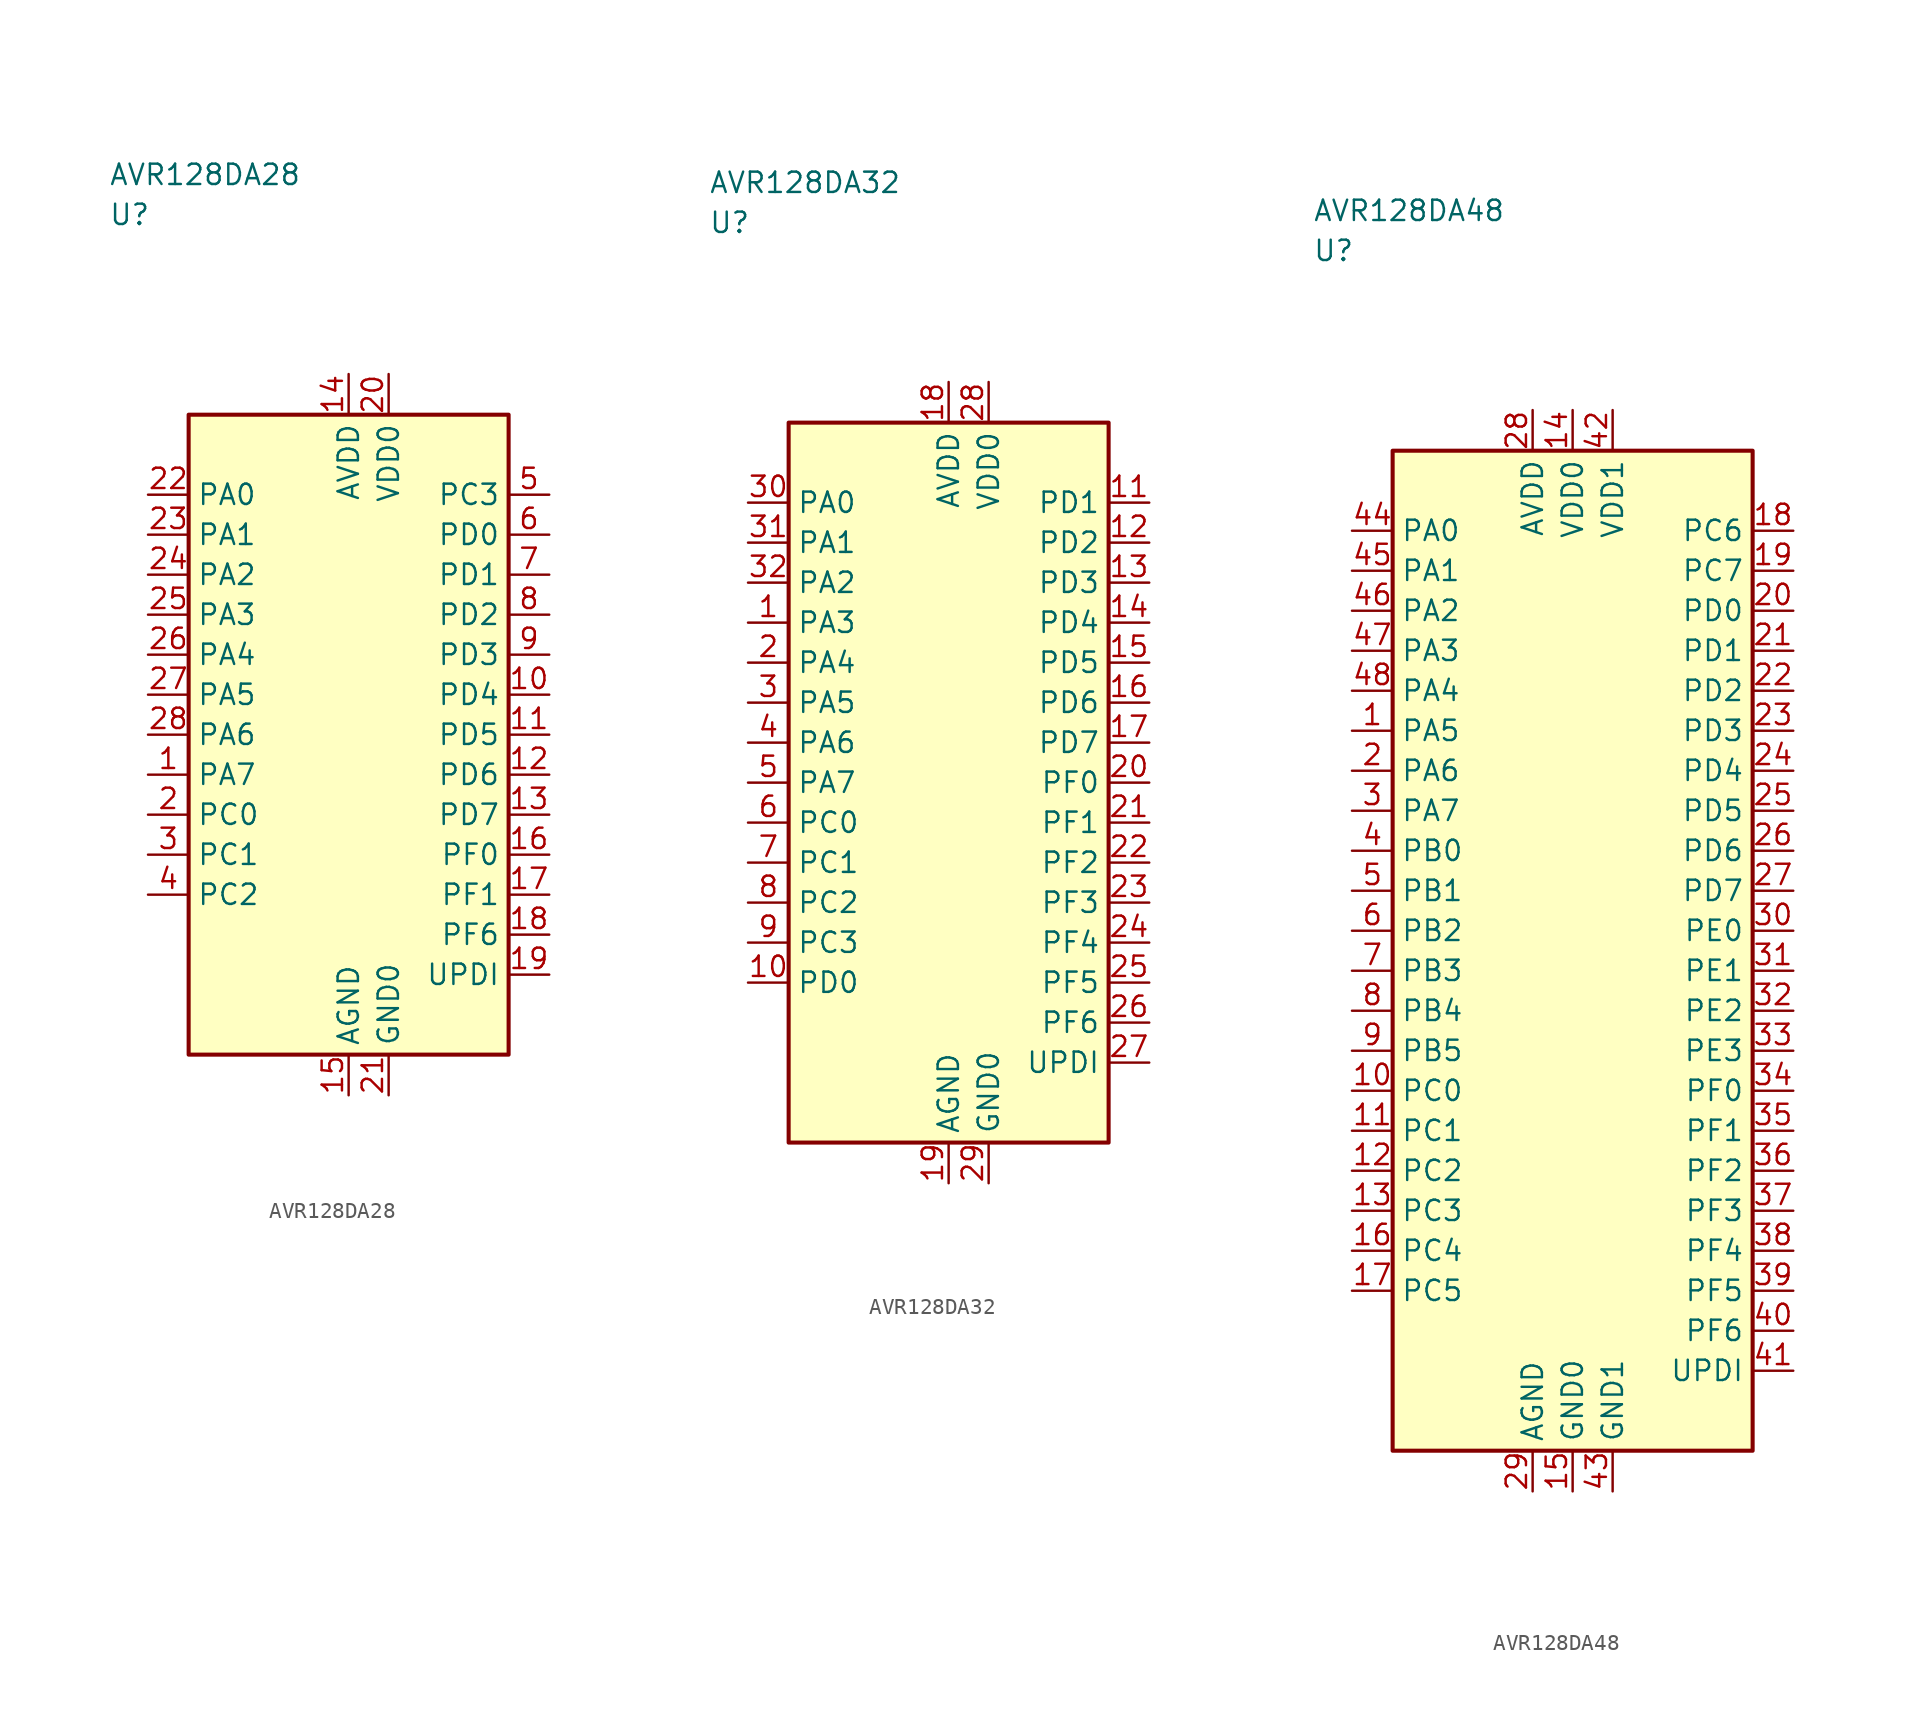
<source format=kicad_sym>
(kicad_symbol_lib
  (version 20241025)
  (generator "kicad_symbol_editor")
  (generator_version "8.0")
  (symbol "AVR128DA28"
    (property "Reference" "U"
      (at -15.0 32.5 0)
      (effects (font (size 1.27 1.27)) (justify left)))
    (property "Value" "AVR128DA28"
      (at -15.0 35.0 0)
      (effects (font (size 1.27 1.27)) (justify left)))
    (symbol "AVR128DA28_0_1"
      (rectangle (start -10.0 20.0) (end 10.0 -20.0) (stroke (width 0.254) (type default)) (fill (type background))))
    (symbol "AVR128DA28_1_1"
      (pin bidirectional line (at -12.54 -2.5 0.0) (length 2.54) (name "PA7" (effects (font (size 1.27 1.27)))) (number "1" (effects (font (size 1.27 1.27)))))
      (pin bidirectional line (at -12.54 -5.0 0.0) (length 2.54) (name "PC0" (effects (font (size 1.27 1.27)))) (number "2" (effects (font (size 1.27 1.27)))))
      (pin bidirectional line (at -12.54 -7.5 0.0) (length 2.54) (name "PC1" (effects (font (size 1.27 1.27)))) (number "3" (effects (font (size 1.27 1.27)))))
      (pin bidirectional line (at -12.54 -10.0 0.0) (length 2.54) (name "PC2" (effects (font (size 1.27 1.27)))) (number "4" (effects (font (size 1.27 1.27)))))
      (pin bidirectional line (at 12.54 15.0 180.0) (length 2.54) (name "PC3" (effects (font (size 1.27 1.27)))) (number "5" (effects (font (size 1.27 1.27)))))
      (pin bidirectional line (at 12.54 12.5 180.0) (length 2.54) (name "PD0" (effects (font (size 1.27 1.27)))) (number "6" (effects (font (size 1.27 1.27)))))
      (pin bidirectional line (at 12.54 10.0 180.0) (length 2.54) (name "PD1" (effects (font (size 1.27 1.27)))) (number "7" (effects (font (size 1.27 1.27)))))
      (pin bidirectional line (at 12.54 7.5 180.0) (length 2.54) (name "PD2" (effects (font (size 1.27 1.27)))) (number "8" (effects (font (size 1.27 1.27)))))
      (pin bidirectional line (at 12.54 5.0 180.0) (length 2.54) (name "PD3" (effects (font (size 1.27 1.27)))) (number "9" (effects (font (size 1.27 1.27)))))
      (pin bidirectional line (at 12.54 2.5 180.0) (length 2.54) (name "PD4" (effects (font (size 1.27 1.27)))) (number "10" (effects (font (size 1.27 1.27)))))
      (pin bidirectional line (at 12.54 0.0 180.0) (length 2.54) (name "PD5" (effects (font (size 1.27 1.27)))) (number "11" (effects (font (size 1.27 1.27)))))
      (pin bidirectional line (at 12.54 -2.5 180.0) (length 2.54) (name "PD6" (effects (font (size 1.27 1.27)))) (number "12" (effects (font (size 1.27 1.27)))))
      (pin bidirectional line (at 12.54 -5.0 180.0) (length 2.54) (name "PD7" (effects (font (size 1.27 1.27)))) (number "13" (effects (font (size 1.27 1.27)))))
      (pin power_in line (at 0.0 22.54 270.0) (length 2.54) (name "AVDD" (effects (font (size 1.27 1.27)))) (number "14" (effects (font (size 1.27 1.27)))))
      (pin passive line (at 0.0 -22.54 90.0) (length 2.54) (name "AGND" (effects (font (size 1.27 1.27)))) (number "15" (effects (font (size 1.27 1.27)))))
      (pin bidirectional line (at 12.54 -7.5 180.0) (length 2.54) (name "PF0" (effects (font (size 1.27 1.27)))) (number "16" (effects (font (size 1.27 1.27)))))
      (pin bidirectional line (at 12.54 -10.0 180.0) (length 2.54) (name "PF1" (effects (font (size 1.27 1.27)))) (number "17" (effects (font (size 1.27 1.27)))))
      (pin bidirectional line (at 12.54 -12.5 180.0) (length 2.54) (name "PF6" (effects (font (size 1.27 1.27)))) (number "18" (effects (font (size 1.27 1.27)))))
      (pin bidirectional line (at 12.54 -15.0 180.0) (length 2.54) (name "UPDI" (effects (font (size 1.27 1.27)))) (number "19" (effects (font (size 1.27 1.27)))))
      (pin power_in line (at 2.5 22.54 270.0) (length 2.54) (name "VDD0" (effects (font (size 1.27 1.27)))) (number "20" (effects (font (size 1.27 1.27)))))
      (pin passive line (at 2.5 -22.54 90.0) (length 2.54) (name "GND0" (effects (font (size 1.27 1.27)))) (number "21" (effects (font (size 1.27 1.27)))))
      (pin bidirectional line (at -12.54 15.0 0.0) (length 2.54) (name "PA0" (effects (font (size 1.27 1.27)))) (number "22" (effects (font (size 1.27 1.27)))))
      (pin bidirectional line (at -12.54 12.5 0.0) (length 2.54) (name "PA1" (effects (font (size 1.27 1.27)))) (number "23" (effects (font (size 1.27 1.27)))))
      (pin bidirectional line (at -12.54 10.0 0.0) (length 2.54) (name "PA2" (effects (font (size 1.27 1.27)))) (number "24" (effects (font (size 1.27 1.27)))))
      (pin bidirectional line (at -12.54 7.5 0.0) (length 2.54) (name "PA3" (effects (font (size 1.27 1.27)))) (number "25" (effects (font (size 1.27 1.27)))))
      (pin bidirectional line (at -12.54 5.0 0.0) (length 2.54) (name "PA4" (effects (font (size 1.27 1.27)))) (number "26" (effects (font (size 1.27 1.27)))))
      (pin bidirectional line (at -12.54 2.5 0.0) (length 2.54) (name "PA5" (effects (font (size 1.27 1.27)))) (number "27" (effects (font (size 1.27 1.27)))))
      (pin bidirectional line (at -12.54 0.0 0.0) (length 2.54) (name "PA6" (effects (font (size 1.27 1.27)))) (number "28" (effects (font (size 1.27 1.27)))))))
  (symbol "AVR128DA32"
    (property "Reference" "U"
      (at -15.0 35.0 0)
      (effects (font (size 1.27 1.27)) (justify left)))
    (property "Value" "AVR128DA32"
      (at -15.0 37.5 0)
      (effects (font (size 1.27 1.27)) (justify left)))
    (symbol "AVR128DA32_0_1"
      (rectangle (start -10.0 22.5) (end 10.0 -22.5) (stroke (width 0.254) (type default)) (fill (type background))))
    (symbol "AVR128DA32_1_1"
      (pin bidirectional line (at -12.54 10.0 0.0) (length 2.54) (name "PA3" (effects (font (size 1.27 1.27)))) (number "1" (effects (font (size 1.27 1.27)))))
      (pin bidirectional line (at -12.54 7.5 0.0) (length 2.54) (name "PA4" (effects (font (size 1.27 1.27)))) (number "2" (effects (font (size 1.27 1.27)))))
      (pin bidirectional line (at -12.54 5.0 0.0) (length 2.54) (name "PA5" (effects (font (size 1.27 1.27)))) (number "3" (effects (font (size 1.27 1.27)))))
      (pin bidirectional line (at -12.54 2.5 0.0) (length 2.54) (name "PA6" (effects (font (size 1.27 1.27)))) (number "4" (effects (font (size 1.27 1.27)))))
      (pin bidirectional line (at -12.54 0.0 0.0) (length 2.54) (name "PA7" (effects (font (size 1.27 1.27)))) (number "5" (effects (font (size 1.27 1.27)))))
      (pin bidirectional line (at -12.54 -2.5 0.0) (length 2.54) (name "PC0" (effects (font (size 1.27 1.27)))) (number "6" (effects (font (size 1.27 1.27)))))
      (pin bidirectional line (at -12.54 -5.0 0.0) (length 2.54) (name "PC1" (effects (font (size 1.27 1.27)))) (number "7" (effects (font (size 1.27 1.27)))))
      (pin bidirectional line (at -12.54 -7.5 0.0) (length 2.54) (name "PC2" (effects (font (size 1.27 1.27)))) (number "8" (effects (font (size 1.27 1.27)))))
      (pin bidirectional line (at -12.54 -10.0 0.0) (length 2.54) (name "PC3" (effects (font (size 1.27 1.27)))) (number "9" (effects (font (size 1.27 1.27)))))
      (pin bidirectional line (at -12.54 -12.5 0.0) (length 2.54) (name "PD0" (effects (font (size 1.27 1.27)))) (number "10" (effects (font (size 1.27 1.27)))))
      (pin bidirectional line (at 12.54 17.5 180.0) (length 2.54) (name "PD1" (effects (font (size 1.27 1.27)))) (number "11" (effects (font (size 1.27 1.27)))))
      (pin bidirectional line (at 12.54 15.0 180.0) (length 2.54) (name "PD2" (effects (font (size 1.27 1.27)))) (number "12" (effects (font (size 1.27 1.27)))))
      (pin bidirectional line (at 12.54 12.5 180.0) (length 2.54) (name "PD3" (effects (font (size 1.27 1.27)))) (number "13" (effects (font (size 1.27 1.27)))))
      (pin bidirectional line (at 12.54 10.0 180.0) (length 2.54) (name "PD4" (effects (font (size 1.27 1.27)))) (number "14" (effects (font (size 1.27 1.27)))))
      (pin bidirectional line (at 12.54 7.5 180.0) (length 2.54) (name "PD5" (effects (font (size 1.27 1.27)))) (number "15" (effects (font (size 1.27 1.27)))))
      (pin bidirectional line (at 12.54 5.0 180.0) (length 2.54) (name "PD6" (effects (font (size 1.27 1.27)))) (number "16" (effects (font (size 1.27 1.27)))))
      (pin bidirectional line (at 12.54 2.5 180.0) (length 2.54) (name "PD7" (effects (font (size 1.27 1.27)))) (number "17" (effects (font (size 1.27 1.27)))))
      (pin power_in line (at 0.0 25.04 270.0) (length 2.54) (name "AVDD" (effects (font (size 1.27 1.27)))) (number "18" (effects (font (size 1.27 1.27)))))
      (pin passive line (at 0.0 -25.04 90.0) (length 2.54) (name "AGND" (effects (font (size 1.27 1.27)))) (number "19" (effects (font (size 1.27 1.27)))))
      (pin bidirectional line (at 12.54 0.0 180.0) (length 2.54) (name "PF0" (effects (font (size 1.27 1.27)))) (number "20" (effects (font (size 1.27 1.27)))))
      (pin bidirectional line (at 12.54 -2.5 180.0) (length 2.54) (name "PF1" (effects (font (size 1.27 1.27)))) (number "21" (effects (font (size 1.27 1.27)))))
      (pin bidirectional line (at 12.54 -5.0 180.0) (length 2.54) (name "PF2" (effects (font (size 1.27 1.27)))) (number "22" (effects (font (size 1.27 1.27)))))
      (pin bidirectional line (at 12.54 -7.5 180.0) (length 2.54) (name "PF3" (effects (font (size 1.27 1.27)))) (number "23" (effects (font (size 1.27 1.27)))))
      (pin bidirectional line (at 12.54 -10.0 180.0) (length 2.54) (name "PF4" (effects (font (size 1.27 1.27)))) (number "24" (effects (font (size 1.27 1.27)))))
      (pin bidirectional line (at 12.54 -12.5 180.0) (length 2.54) (name "PF5" (effects (font (size 1.27 1.27)))) (number "25" (effects (font (size 1.27 1.27)))))
      (pin bidirectional line (at 12.54 -15.0 180.0) (length 2.54) (name "PF6" (effects (font (size 1.27 1.27)))) (number "26" (effects (font (size 1.27 1.27)))))
      (pin bidirectional line (at 12.54 -17.5 180.0) (length 2.54) (name "UPDI" (effects (font (size 1.27 1.27)))) (number "27" (effects (font (size 1.27 1.27)))))
      (pin power_in line (at 2.5 25.04 270.0) (length 2.54) (name "VDD0" (effects (font (size 1.27 1.27)))) (number "28" (effects (font (size 1.27 1.27)))))
      (pin passive line (at 2.5 -25.04 90.0) (length 2.54) (name "GND0" (effects (font (size 1.27 1.27)))) (number "29" (effects (font (size 1.27 1.27)))))
      (pin bidirectional line (at -12.54 17.5 0.0) (length 2.54) (name "PA0" (effects (font (size 1.27 1.27)))) (number "30" (effects (font (size 1.27 1.27)))))
      (pin bidirectional line (at -12.54 15.0 0.0) (length 2.54) (name "PA1" (effects (font (size 1.27 1.27)))) (number "31" (effects (font (size 1.27 1.27)))))
      (pin bidirectional line (at -12.54 12.5 0.0) (length 2.54) (name "PA2" (effects (font (size 1.27 1.27)))) (number "32" (effects (font (size 1.27 1.27)))))))
  (symbol "AVR128DA48"
    (property "Reference" "U"
      (at -16.25 43.75 0)
      (effects (font (size 1.27 1.27)) (justify left)))
    (property "Value" "AVR128DA48"
      (at -16.25 46.25 0)
      (effects (font (size 1.27 1.27)) (justify left)))
    (symbol "AVR128DA48_0_1"
      (rectangle (start -11.25 31.25) (end 11.25 -31.25) (stroke (width 0.254) (type default)) (fill (type background))))
    (symbol "AVR128DA48_1_1"
      (pin bidirectional line (at -13.79 13.75 0.0) (length 2.54) (name "PA5" (effects (font (size 1.27 1.27)))) (number "1" (effects (font (size 1.27 1.27)))))
      (pin bidirectional line (at -13.79 11.25 0.0) (length 2.54) (name "PA6" (effects (font (size 1.27 1.27)))) (number "2" (effects (font (size 1.27 1.27)))))
      (pin bidirectional line (at -13.79 8.75 0.0) (length 2.54) (name "PA7" (effects (font (size 1.27 1.27)))) (number "3" (effects (font (size 1.27 1.27)))))
      (pin bidirectional line (at -13.79 6.25 0.0) (length 2.54) (name "PB0" (effects (font (size 1.27 1.27)))) (number "4" (effects (font (size 1.27 1.27)))))
      (pin bidirectional line (at -13.79 3.75 0.0) (length 2.54) (name "PB1" (effects (font (size 1.27 1.27)))) (number "5" (effects (font (size 1.27 1.27)))))
      (pin bidirectional line (at -13.79 1.25 0.0) (length 2.54) (name "PB2" (effects (font (size 1.27 1.27)))) (number "6" (effects (font (size 1.27 1.27)))))
      (pin bidirectional line (at -13.79 -1.25 0.0) (length 2.54) (name "PB3" (effects (font (size 1.27 1.27)))) (number "7" (effects (font (size 1.27 1.27)))))
      (pin bidirectional line (at -13.79 -3.75 0.0) (length 2.54) (name "PB4" (effects (font (size 1.27 1.27)))) (number "8" (effects (font (size 1.27 1.27)))))
      (pin bidirectional line (at -13.79 -6.25 0.0) (length 2.54) (name "PB5" (effects (font (size 1.27 1.27)))) (number "9" (effects (font (size 1.27 1.27)))))
      (pin bidirectional line (at -13.79 -8.75 0.0) (length 2.54) (name "PC0" (effects (font (size 1.27 1.27)))) (number "10" (effects (font (size 1.27 1.27)))))
      (pin bidirectional line (at -13.79 -11.25 0.0) (length 2.54) (name "PC1" (effects (font (size 1.27 1.27)))) (number "11" (effects (font (size 1.27 1.27)))))
      (pin bidirectional line (at -13.79 -13.75 0.0) (length 2.54) (name "PC2" (effects (font (size 1.27 1.27)))) (number "12" (effects (font (size 1.27 1.27)))))
      (pin bidirectional line (at -13.79 -16.25 0.0) (length 2.54) (name "PC3" (effects (font (size 1.27 1.27)))) (number "13" (effects (font (size 1.27 1.27)))))
      (pin power_in line (at 0.0 33.79 270.0) (length 2.54) (name "VDD0" (effects (font (size 1.27 1.27)))) (number "14" (effects (font (size 1.27 1.27)))))
      (pin passive line (at 0.0 -33.79 90.0) (length 2.54) (name "GND0" (effects (font (size 1.27 1.27)))) (number "15" (effects (font (size 1.27 1.27)))))
      (pin bidirectional line (at -13.79 -18.75 0.0) (length 2.54) (name "PC4" (effects (font (size 1.27 1.27)))) (number "16" (effects (font (size 1.27 1.27)))))
      (pin bidirectional line (at -13.79 -21.25 0.0) (length 2.54) (name "PC5" (effects (font (size 1.27 1.27)))) (number "17" (effects (font (size 1.27 1.27)))))
      (pin bidirectional line (at 13.79 26.25 180.0) (length 2.54) (name "PC6" (effects (font (size 1.27 1.27)))) (number "18" (effects (font (size 1.27 1.27)))))
      (pin bidirectional line (at 13.79 23.75 180.0) (length 2.54) (name "PC7" (effects (font (size 1.27 1.27)))) (number "19" (effects (font (size 1.27 1.27)))))
      (pin bidirectional line (at 13.79 21.25 180.0) (length 2.54) (name "PD0" (effects (font (size 1.27 1.27)))) (number "20" (effects (font (size 1.27 1.27)))))
      (pin bidirectional line (at 13.79 18.75 180.0) (length 2.54) (name "PD1" (effects (font (size 1.27 1.27)))) (number "21" (effects (font (size 1.27 1.27)))))
      (pin bidirectional line (at 13.79 16.25 180.0) (length 2.54) (name "PD2" (effects (font (size 1.27 1.27)))) (number "22" (effects (font (size 1.27 1.27)))))
      (pin bidirectional line (at 13.79 13.75 180.0) (length 2.54) (name "PD3" (effects (font (size 1.27 1.27)))) (number "23" (effects (font (size 1.27 1.27)))))
      (pin bidirectional line (at 13.79 11.25 180.0) (length 2.54) (name "PD4" (effects (font (size 1.27 1.27)))) (number "24" (effects (font (size 1.27 1.27)))))
      (pin bidirectional line (at 13.79 8.75 180.0) (length 2.54) (name "PD5" (effects (font (size 1.27 1.27)))) (number "25" (effects (font (size 1.27 1.27)))))
      (pin bidirectional line (at 13.79 6.25 180.0) (length 2.54) (name "PD6" (effects (font (size 1.27 1.27)))) (number "26" (effects (font (size 1.27 1.27)))))
      (pin bidirectional line (at 13.79 3.75 180.0) (length 2.54) (name "PD7" (effects (font (size 1.27 1.27)))) (number "27" (effects (font (size 1.27 1.27)))))
      (pin power_in line (at -2.5 33.79 270.0) (length 2.54) (name "AVDD" (effects (font (size 1.27 1.27)))) (number "28" (effects (font (size 1.27 1.27)))))
      (pin passive line (at -2.5 -33.79 90.0) (length 2.54) (name "AGND" (effects (font (size 1.27 1.27)))) (number "29" (effects (font (size 1.27 1.27)))))
      (pin bidirectional line (at 13.79 1.25 180.0) (length 2.54) (name "PE0" (effects (font (size 1.27 1.27)))) (number "30" (effects (font (size 1.27 1.27)))))
      (pin bidirectional line (at 13.79 -1.25 180.0) (length 2.54) (name "PE1" (effects (font (size 1.27 1.27)))) (number "31" (effects (font (size 1.27 1.27)))))
      (pin bidirectional line (at 13.79 -3.75 180.0) (length 2.54) (name "PE2" (effects (font (size 1.27 1.27)))) (number "32" (effects (font (size 1.27 1.27)))))
      (pin bidirectional line (at 13.79 -6.25 180.0) (length 2.54) (name "PE3" (effects (font (size 1.27 1.27)))) (number "33" (effects (font (size 1.27 1.27)))))
      (pin bidirectional line (at 13.79 -8.75 180.0) (length 2.54) (name "PF0" (effects (font (size 1.27 1.27)))) (number "34" (effects (font (size 1.27 1.27)))))
      (pin bidirectional line (at 13.79 -11.25 180.0) (length 2.54) (name "PF1" (effects (font (size 1.27 1.27)))) (number "35" (effects (font (size 1.27 1.27)))))
      (pin bidirectional line (at 13.79 -13.75 180.0) (length 2.54) (name "PF2" (effects (font (size 1.27 1.27)))) (number "36" (effects (font (size 1.27 1.27)))))
      (pin bidirectional line (at 13.79 -16.25 180.0) (length 2.54) (name "PF3" (effects (font (size 1.27 1.27)))) (number "37" (effects (font (size 1.27 1.27)))))
      (pin bidirectional line (at 13.79 -18.75 180.0) (length 2.54) (name "PF4" (effects (font (size 1.27 1.27)))) (number "38" (effects (font (size 1.27 1.27)))))
      (pin bidirectional line (at 13.79 -21.25 180.0) (length 2.54) (name "PF5" (effects (font (size 1.27 1.27)))) (number "39" (effects (font (size 1.27 1.27)))))
      (pin bidirectional line (at 13.79 -23.75 180.0) (length 2.54) (name "PF6" (effects (font (size 1.27 1.27)))) (number "40" (effects (font (size 1.27 1.27)))))
      (pin bidirectional line (at 13.79 -26.25 180.0) (length 2.54) (name "UPDI" (effects (font (size 1.27 1.27)))) (number "41" (effects (font (size 1.27 1.27)))))
      (pin power_in line (at 2.5 33.79 270.0) (length 2.54) (name "VDD1" (effects (font (size 1.27 1.27)))) (number "42" (effects (font (size 1.27 1.27)))))
      (pin passive line (at 2.5 -33.79 90.0) (length 2.54) (name "GND1" (effects (font (size 1.27 1.27)))) (number "43" (effects (font (size 1.27 1.27)))))
      (pin bidirectional line (at -13.79 26.25 0.0) (length 2.54) (name "PA0" (effects (font (size 1.27 1.27)))) (number "44" (effects (font (size 1.27 1.27)))))
      (pin bidirectional line (at -13.79 23.75 0.0) (length 2.54) (name "PA1" (effects (font (size 1.27 1.27)))) (number "45" (effects (font (size 1.27 1.27)))))
      (pin bidirectional line (at -13.79 21.25 0.0) (length 2.54) (name "PA2" (effects (font (size 1.27 1.27)))) (number "46" (effects (font (size 1.27 1.27)))))
      (pin bidirectional line (at -13.79 18.75 0.0) (length 2.54) (name "PA3" (effects (font (size 1.27 1.27)))) (number "47" (effects (font (size 1.27 1.27)))))
      (pin bidirectional line (at -13.79 16.25 0.0) (length 2.54) (name "PA4" (effects (font (size 1.27 1.27)))) (number "48" (effects (font (size 1.27 1.27))))))))
</source>
